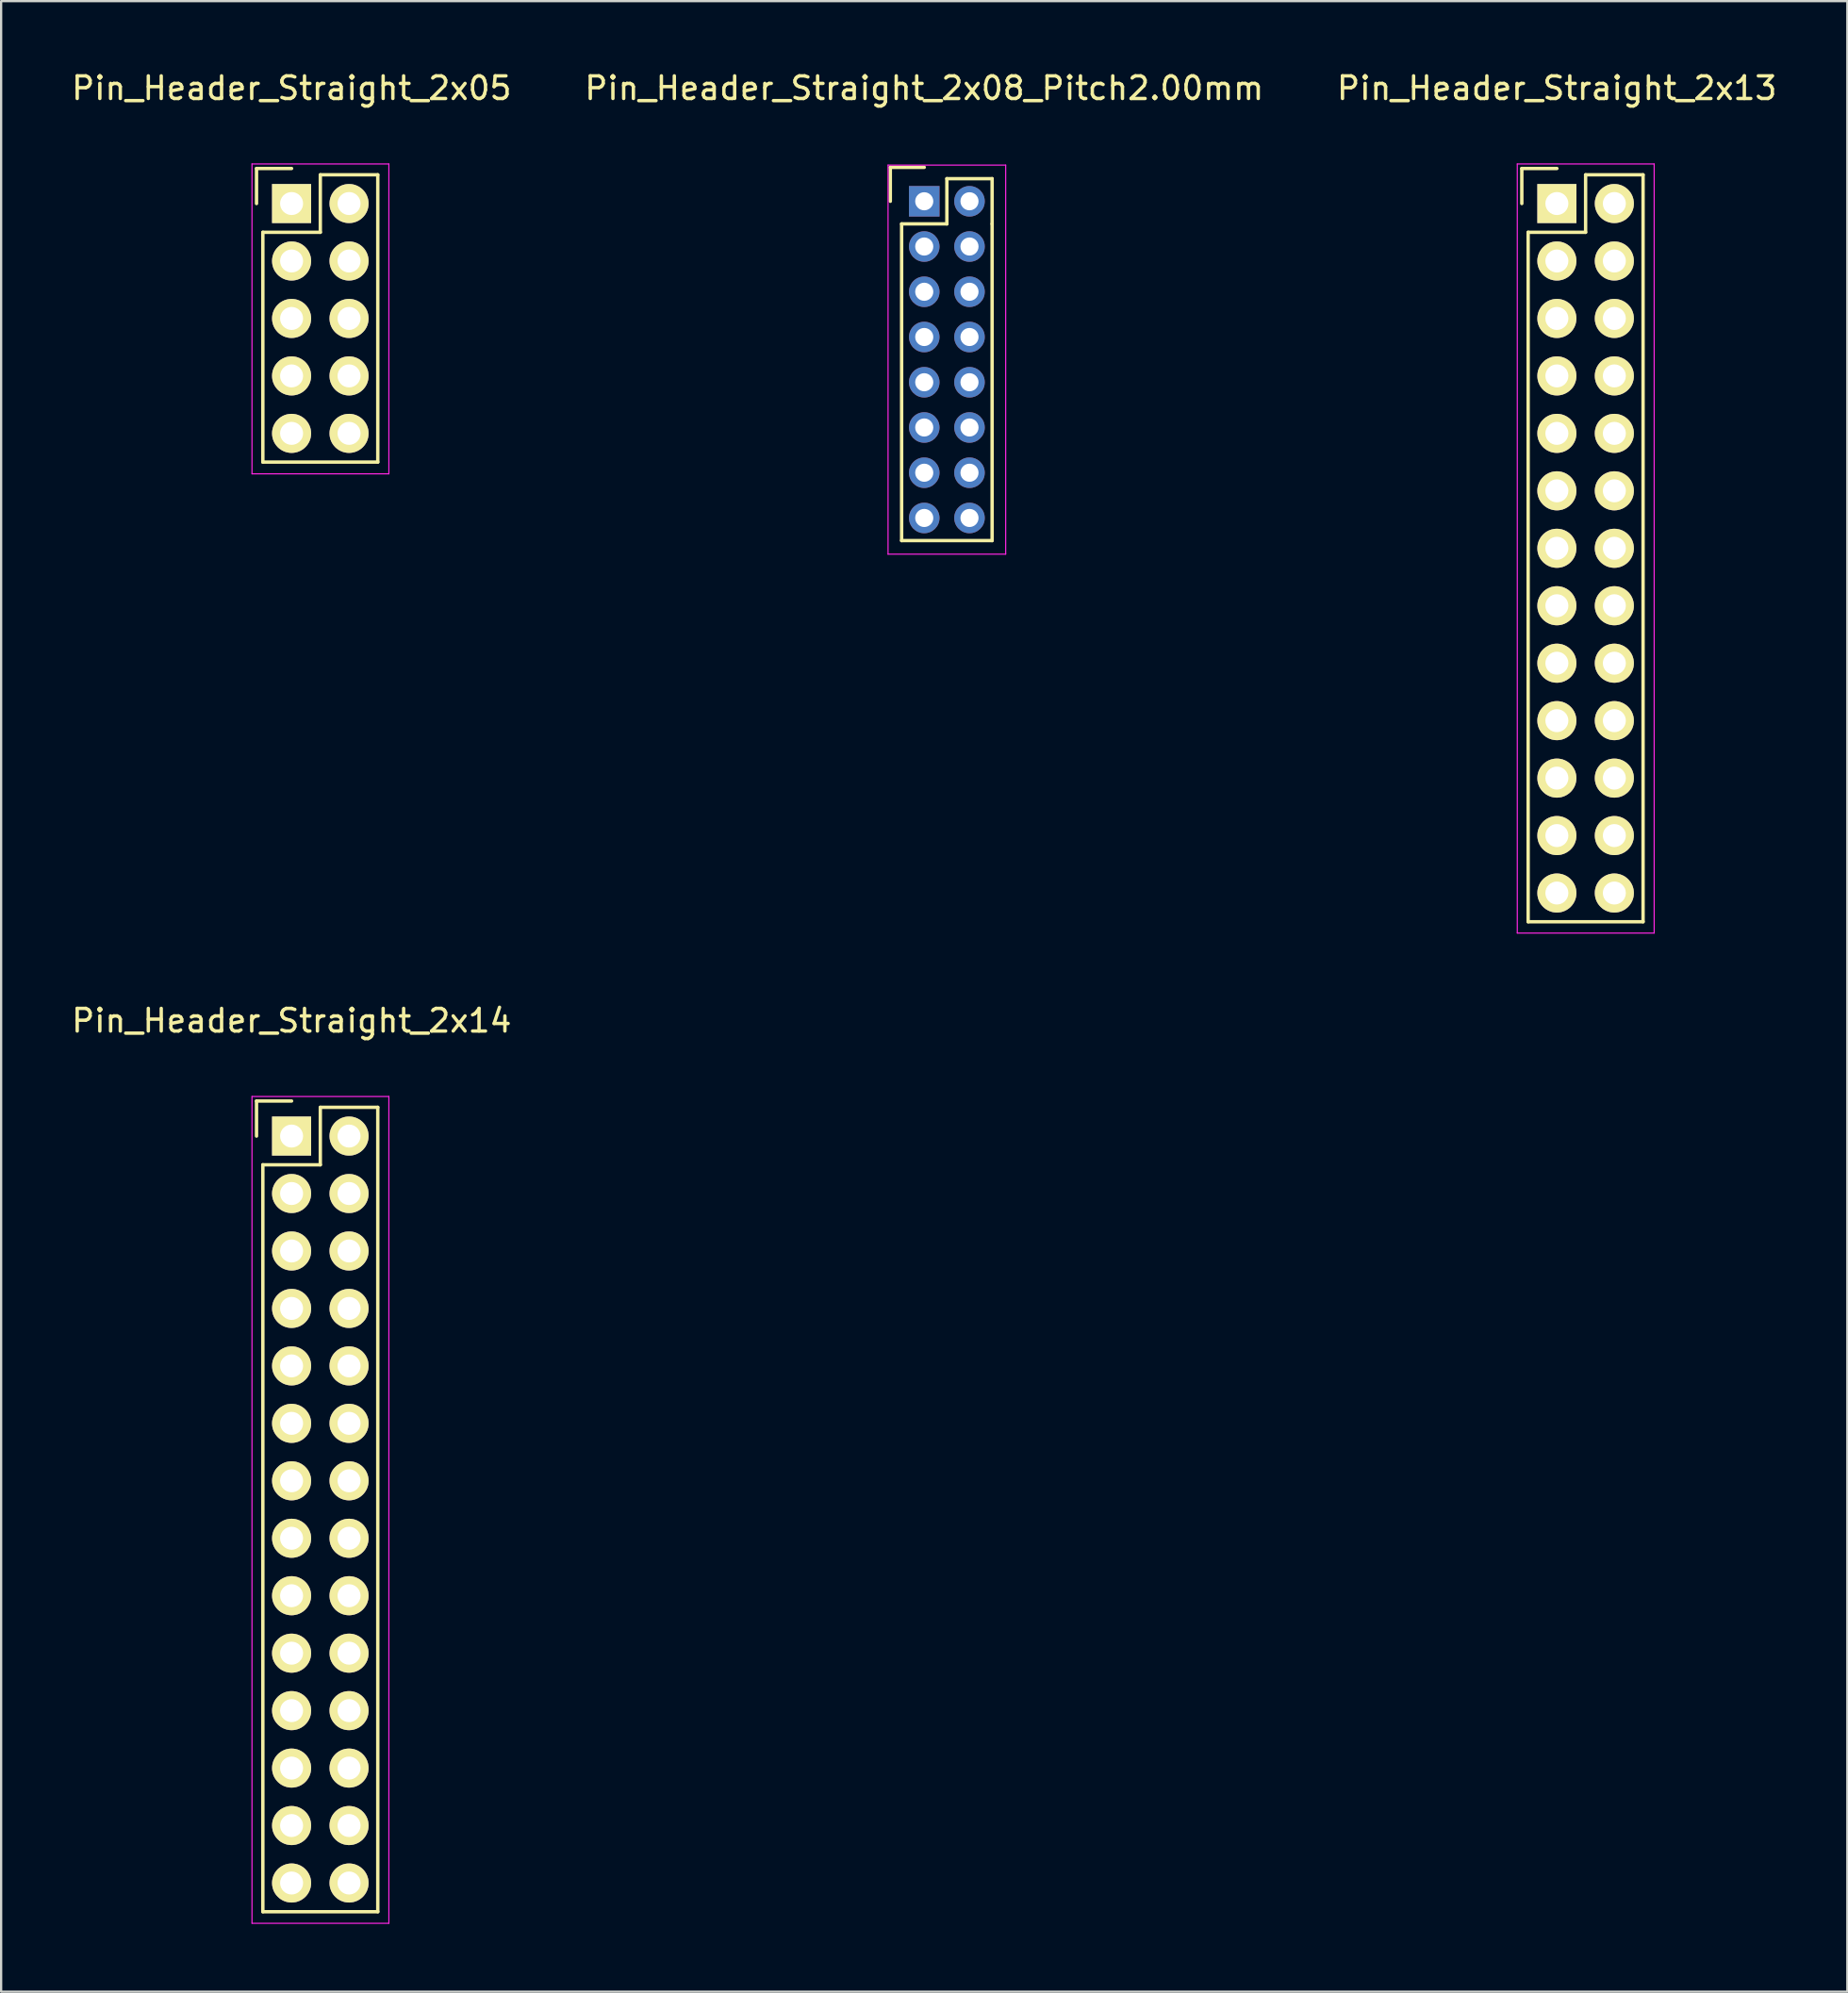
<source format=kicad_pcb>
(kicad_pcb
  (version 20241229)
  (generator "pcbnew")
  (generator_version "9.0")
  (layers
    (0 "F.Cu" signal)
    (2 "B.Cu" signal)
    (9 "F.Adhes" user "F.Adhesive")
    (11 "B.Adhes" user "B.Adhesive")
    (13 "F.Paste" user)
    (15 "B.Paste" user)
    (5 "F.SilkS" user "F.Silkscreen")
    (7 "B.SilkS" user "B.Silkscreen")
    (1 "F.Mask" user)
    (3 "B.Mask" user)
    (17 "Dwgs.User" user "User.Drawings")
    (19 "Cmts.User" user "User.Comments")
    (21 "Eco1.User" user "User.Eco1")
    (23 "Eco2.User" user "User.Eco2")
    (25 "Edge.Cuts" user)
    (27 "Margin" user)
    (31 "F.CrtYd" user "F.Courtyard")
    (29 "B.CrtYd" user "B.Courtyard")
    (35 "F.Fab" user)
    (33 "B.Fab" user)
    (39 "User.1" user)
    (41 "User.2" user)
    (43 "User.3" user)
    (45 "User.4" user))
  (footprint "Pin_Header_Straight_2x13"
    (layer "F.Cu")
    (at 65.768 5.948)
    (property "Reference" "Pin_Header_Straight_2x13" (at 0 -5.1 0) (layer "F.SilkS") (effects (font (size 1 1) (thickness 0.15))))
    (attr through_hole)
    (fp_line (start -1.55 -1.55) (end -1.55 0) (stroke (width 0.15) (type solid)) (layer "F.SilkS"))
    (fp_line (start -1.27 1.27) (end -1.27 31.75) (stroke (width 0.15) (type solid)) (layer "F.SilkS"))
    (fp_line (start 0 -1.55) (end -1.55 -1.55) (stroke (width 0.15) (type solid)) (layer "F.SilkS"))
    (fp_line (start 1.27 -1.27) (end 1.27 1.27) (stroke (width 0.15) (type solid)) (layer "F.SilkS"))
    (fp_line (start 1.27 1.27) (end -1.27 1.27) (stroke (width 0.15) (type solid)) (layer "F.SilkS"))
    (fp_line (start 3.81 -1.27) (end 1.27 -1.27) (stroke (width 0.15) (type solid)) (layer "F.SilkS"))
    (fp_line (start 3.81 -1.27) (end 3.81 31.75) (stroke (width 0.15) (type solid)) (layer "F.SilkS"))
    (fp_line (start 3.81 31.75) (end -1.27 31.75) (stroke (width 0.15) (type solid)) (layer "F.SilkS"))
    (fp_line (start -1.75 -1.75) (end -1.75 32.25) (stroke (width 0.05) (type solid)) (layer "F.CrtYd"))
    (fp_line (start -1.75 -1.75) (end 4.3 -1.75) (stroke (width 0.05) (type solid)) (layer "F.CrtYd"))
    (fp_line (start -1.75 32.25) (end 4.3 32.25) (stroke (width 0.05) (type solid)) (layer "F.CrtYd"))
    (fp_line (start 4.3 -1.75) (end 4.3 32.25) (stroke (width 0.05) (type solid)) (layer "F.CrtYd"))
    (pad "1" thru_hole rect (at 0 0) (size 1.727 1.727) (drill 1.016) (layers "*.Cu" "*.Mask" "F.SilkS"))
    (pad "2" thru_hole oval (at 2.54 0) (size 1.727 1.727) (drill 1.016) (layers "*.Cu" "*.Mask" "F.SilkS"))
    (pad "3" thru_hole oval (at 0 2.54) (size 1.727 1.727) (drill 1.016) (layers "*.Cu" "*.Mask" "F.SilkS"))
    (pad "4" thru_hole oval (at 2.54 2.54) (size 1.727 1.727) (drill 1.016) (layers "*.Cu" "*.Mask" "F.SilkS"))
    (pad "5" thru_hole oval (at 0 5.08) (size 1.727 1.727) (drill 1.016) (layers "*.Cu" "*.Mask" "F.SilkS"))
    (pad "6" thru_hole oval (at 2.54 5.08) (size 1.727 1.727) (drill 1.016) (layers "*.Cu" "*.Mask" "F.SilkS"))
    (pad "7" thru_hole oval (at 0 7.62) (size 1.727 1.727) (drill 1.016) (layers "*.Cu" "*.Mask" "F.SilkS"))
    (pad "8" thru_hole oval (at 2.54 7.62) (size 1.727 1.727) (drill 1.016) (layers "*.Cu" "*.Mask" "F.SilkS"))
    (pad "9" thru_hole oval (at 0 10.16) (size 1.727 1.727) (drill 1.016) (layers "*.Cu" "*.Mask" "F.SilkS"))
    (pad "10" thru_hole oval (at 2.54 10.16) (size 1.727 1.727) (drill 1.016) (layers "*.Cu" "*.Mask" "F.SilkS"))
    (pad "11" thru_hole oval (at 0 12.7) (size 1.727 1.727) (drill 1.016) (layers "*.Cu" "*.Mask" "F.SilkS"))
    (pad "12" thru_hole oval (at 2.54 12.7) (size 1.727 1.727) (drill 1.016) (layers "*.Cu" "*.Mask" "F.SilkS"))
    (pad "13" thru_hole oval (at 0 15.24) (size 1.727 1.727) (drill 1.016) (layers "*.Cu" "*.Mask" "F.SilkS"))
    (pad "14" thru_hole oval (at 2.54 15.24) (size 1.727 1.727) (drill 1.016) (layers "*.Cu" "*.Mask" "F.SilkS"))
    (pad "15" thru_hole oval (at 0 17.78) (size 1.727 1.727) (drill 1.016) (layers "*.Cu" "*.Mask" "F.SilkS"))
    (pad "16" thru_hole oval (at 2.54 17.78) (size 1.727 1.727) (drill 1.016) (layers "*.Cu" "*.Mask" "F.SilkS"))
    (pad "17" thru_hole oval (at 0 20.32) (size 1.727 1.727) (drill 1.016) (layers "*.Cu" "*.Mask" "F.SilkS"))
    (pad "18" thru_hole oval (at 2.54 20.32) (size 1.727 1.727) (drill 1.016) (layers "*.Cu" "*.Mask" "F.SilkS"))
    (pad "19" thru_hole oval (at 0 22.86) (size 1.727 1.727) (drill 1.016) (layers "*.Cu" "*.Mask" "F.SilkS"))
    (pad "20" thru_hole oval (at 2.54 22.86) (size 1.727 1.727) (drill 1.016) (layers "*.Cu" "*.Mask" "F.SilkS"))
    (pad "21" thru_hole oval (at 0 25.4) (size 1.727 1.727) (drill 1.016) (layers "*.Cu" "*.Mask" "F.SilkS"))
    (pad "22" thru_hole oval (at 2.54 25.4) (size 1.727 1.727) (drill 1.016) (layers "*.Cu" "*.Mask" "F.SilkS"))
    (pad "23" thru_hole oval (at 0 27.94) (size 1.727 1.727) (drill 1.016) (layers "*.Cu" "*.Mask" "F.SilkS"))
    (pad "24" thru_hole oval (at 2.54 27.94) (size 1.727 1.727) (drill 1.016) (layers "*.Cu" "*.Mask" "F.SilkS"))
    (pad "25" thru_hole oval (at 0 30.48) (size 1.727 1.727) (drill 1.016) (layers "*.Cu" "*.Mask" "F.SilkS"))
    (pad "26" thru_hole oval (at 2.54 30.48) (size 1.727 1.727) (drill 1.016) (layers "*.Cu" "*.Mask" "F.SilkS")))
  (footprint "Pin_Header_Straight_2x08_Pitch2.00mm"
    (layer "F.Cu")
    (at 37.804 5.848)
    (property "Reference" "Pin_Header_Straight_2x08_Pitch2.00mm" (at 0 -5 0) (layer "F.SilkS") (effects (font (size 1 1) (thickness 0.15))))
    (attr through_hole)
    (fp_line (start -1.5 -1.5) (end 0 -1.5) (stroke (width 0.15) (type solid)) (layer "F.SilkS"))
    (fp_line (start -1.5 0) (end -1.5 -1.5) (stroke (width 0.15) (type solid)) (layer "F.SilkS"))
    (fp_line (start -1 1) (end 1 1) (stroke (width 0.15) (type solid)) (layer "F.SilkS"))
    (fp_line (start -1 15) (end -1 1) (stroke (width 0.15) (type solid)) (layer "F.SilkS"))
    (fp_line (start 1 -1) (end 3 -1) (stroke (width 0.15) (type solid)) (layer "F.SilkS"))
    (fp_line (start 1 1) (end 1 -1) (stroke (width 0.15) (type solid)) (layer "F.SilkS"))
    (fp_line (start 3 -1) (end 3 1) (stroke (width 0.15) (type solid)) (layer "F.SilkS"))
    (fp_line (start 3 1) (end 3 15) (stroke (width 0.15) (type solid)) (layer "F.SilkS"))
    (fp_line (start 3 15) (end -1 15) (stroke (width 0.15) (type solid)) (layer "F.SilkS"))
    (fp_line (start -1.6 -1.6) (end 3.6 -1.6) (stroke (width 0.05) (type solid)) (layer "F.CrtYd"))
    (fp_line (start -1.6 15.6) (end -1.6 -1.6) (stroke (width 0.05) (type solid)) (layer "F.CrtYd"))
    (fp_line (start 3.6 -1.6) (end 3.6 15.6) (stroke (width 0.05) (type solid)) (layer "F.CrtYd"))
    (fp_line (start 3.6 15.6) (end -1.6 15.6) (stroke (width 0.05) (type solid)) (layer "F.CrtYd"))
    (pad "1" thru_hole rect (at 0 0) (size 1.35 1.35) (drill 0.8) (layers "*.Cu" "*.Mask"))
    (pad "2" thru_hole circle (at 2 0) (size 1.35 1.35) (drill 0.8) (layers "*.Cu" "*.Mask"))
    (pad "3" thru_hole circle (at 0 2) (size 1.35 1.35) (drill 0.8) (layers "*.Cu" "*.Mask"))
    (pad "4" thru_hole circle (at 2 2) (size 1.35 1.35) (drill 0.8) (layers "*.Cu" "*.Mask"))
    (pad "5" thru_hole circle (at 0 4) (size 1.35 1.35) (drill 0.8) (layers "*.Cu" "*.Mask"))
    (pad "6" thru_hole circle (at 2 4) (size 1.35 1.35) (drill 0.8) (layers "*.Cu" "*.Mask"))
    (pad "7" thru_hole circle (at 0 6) (size 1.35 1.35) (drill 0.8) (layers "*.Cu" "*.Mask"))
    (pad "8" thru_hole circle (at 2 6) (size 1.35 1.35) (drill 0.8) (layers "*.Cu" "*.Mask"))
    (pad "9" thru_hole circle (at 0 8) (size 1.35 1.35) (drill 0.8) (layers "*.Cu" "*.Mask"))
    (pad "10" thru_hole circle (at 2 8) (size 1.35 1.35) (drill 0.8) (layers "*.Cu" "*.Mask"))
    (pad "11" thru_hole circle (at 0 10) (size 1.35 1.35) (drill 0.8) (layers "*.Cu" "*.Mask"))
    (pad "12" thru_hole circle (at 2 10) (size 1.35 1.35) (drill 0.8) (layers "*.Cu" "*.Mask"))
    (pad "13" thru_hole circle (at 0 12) (size 1.35 1.35) (drill 0.8) (layers "*.Cu" "*.Mask"))
    (pad "14" thru_hole circle (at 2 12) (size 1.35 1.35) (drill 0.8) (layers "*.Cu" "*.Mask"))
    (pad "15" thru_hole circle (at 0 14) (size 1.35 1.35) (drill 0.8) (layers "*.Cu" "*.Mask"))
    (pad "16" thru_hole circle (at 2 14) (size 1.35 1.35) (drill 0.8) (layers "*.Cu" "*.Mask")))
  (footprint "Pin_Header_Straight_2x05"
    (layer "F.Cu")
    (at 9.839 5.948)
    (property "Reference" "Pin_Header_Straight_2x05" (at 0 -5.1 0) (layer "F.SilkS") (effects (font (size 1 1) (thickness 0.15))))
    (attr through_hole)
    (fp_line (start -1.55 -1.55) (end -1.55 0) (stroke (width 0.15) (type solid)) (layer "F.SilkS"))
    (fp_line (start -1.27 11.43) (end -1.27 1.27) (stroke (width 0.15) (type solid)) (layer "F.SilkS"))
    (fp_line (start 0 -1.55) (end -1.55 -1.55) (stroke (width 0.15) (type solid)) (layer "F.SilkS"))
    (fp_line (start 1.27 -1.27) (end 1.27 1.27) (stroke (width 0.15) (type solid)) (layer "F.SilkS"))
    (fp_line (start 1.27 1.27) (end -1.27 1.27) (stroke (width 0.15) (type solid)) (layer "F.SilkS"))
    (fp_line (start 3.81 -1.27) (end 1.27 -1.27) (stroke (width 0.15) (type solid)) (layer "F.SilkS"))
    (fp_line (start 3.81 -1.27) (end 3.81 11.43) (stroke (width 0.15) (type solid)) (layer "F.SilkS"))
    (fp_line (start 3.81 11.43) (end -1.27 11.43) (stroke (width 0.15) (type solid)) (layer "F.SilkS"))
    (fp_line (start -1.75 -1.75) (end -1.75 11.95) (stroke (width 0.05) (type solid)) (layer "F.CrtYd"))
    (fp_line (start -1.75 -1.75) (end 4.3 -1.75) (stroke (width 0.05) (type solid)) (layer "F.CrtYd"))
    (fp_line (start -1.75 11.95) (end 4.3 11.95) (stroke (width 0.05) (type solid)) (layer "F.CrtYd"))
    (fp_line (start 4.3 -1.75) (end 4.3 11.95) (stroke (width 0.05) (type solid)) (layer "F.CrtYd"))
    (pad "1" thru_hole rect (at 0 0) (size 1.727 1.727) (drill 1.016) (layers "*.Cu" "*.Mask" "F.SilkS"))
    (pad "2" thru_hole oval (at 2.54 0) (size 1.727 1.727) (drill 1.016) (layers "*.Cu" "*.Mask" "F.SilkS"))
    (pad "3" thru_hole oval (at 0 2.54) (size 1.727 1.727) (drill 1.016) (layers "*.Cu" "*.Mask" "F.SilkS"))
    (pad "4" thru_hole oval (at 2.54 2.54) (size 1.727 1.727) (drill 1.016) (layers "*.Cu" "*.Mask" "F.SilkS"))
    (pad "5" thru_hole oval (at 0 5.08) (size 1.727 1.727) (drill 1.016) (layers "*.Cu" "*.Mask" "F.SilkS"))
    (pad "6" thru_hole oval (at 2.54 5.08) (size 1.727 1.727) (drill 1.016) (layers "*.Cu" "*.Mask" "F.SilkS"))
    (pad "7" thru_hole oval (at 0 7.62) (size 1.727 1.727) (drill 1.016) (layers "*.Cu" "*.Mask" "F.SilkS"))
    (pad "8" thru_hole oval (at 2.54 7.62) (size 1.727 1.727) (drill 1.016) (layers "*.Cu" "*.Mask" "F.SilkS"))
    (pad "9" thru_hole oval (at 0 10.16) (size 1.727 1.727) (drill 1.016) (layers "*.Cu" "*.Mask" "F.SilkS"))
    (pad "10" thru_hole oval (at 2.54 10.16) (size 1.727 1.727) (drill 1.016) (layers "*.Cu" "*.Mask" "F.SilkS")))
  (footprint "Pin_Header_Straight_2x14"
    (layer "F.Cu")
    (at 9.839 47.172)
    (property "Reference" "Pin_Header_Straight_2x14" (at 0 -5.1 0) (layer "F.SilkS") (effects (font (size 1 1) (thickness 0.15))))
    (attr through_hole)
    (fp_line (start -1.55 -1.55) (end -1.55 0) (stroke (width 0.15) (type solid)) (layer "F.SilkS"))
    (fp_line (start -1.27 1.27) (end -1.27 34.29) (stroke (width 0.15) (type solid)) (layer "F.SilkS"))
    (fp_line (start 0 -1.55) (end -1.55 -1.55) (stroke (width 0.15) (type solid)) (layer "F.SilkS"))
    (fp_line (start 1.27 -1.27) (end 1.27 1.27) (stroke (width 0.15) (type solid)) (layer "F.SilkS"))
    (fp_line (start 1.27 1.27) (end -1.27 1.27) (stroke (width 0.15) (type solid)) (layer "F.SilkS"))
    (fp_line (start 3.81 -1.27) (end 1.27 -1.27) (stroke (width 0.15) (type solid)) (layer "F.SilkS"))
    (fp_line (start 3.81 34.29) (end -1.27 34.29) (stroke (width 0.15) (type solid)) (layer "F.SilkS"))
    (fp_line (start 3.81 34.29) (end 3.81 -1.27) (stroke (width 0.15) (type solid)) (layer "F.SilkS"))
    (fp_line (start -1.75 -1.75) (end -1.75 34.8) (stroke (width 0.05) (type solid)) (layer "F.CrtYd"))
    (fp_line (start -1.75 -1.75) (end 4.3 -1.75) (stroke (width 0.05) (type solid)) (layer "F.CrtYd"))
    (fp_line (start -1.75 34.8) (end 4.3 34.8) (stroke (width 0.05) (type solid)) (layer "F.CrtYd"))
    (fp_line (start 4.3 -1.75) (end 4.3 34.8) (stroke (width 0.05) (type solid)) (layer "F.CrtYd"))
    (pad "1" thru_hole rect (at 0 0) (size 1.727 1.727) (drill 1.016) (layers "*.Cu" "*.Mask" "F.SilkS"))
    (pad "2" thru_hole oval (at 2.54 0) (size 1.727 1.727) (drill 1.016) (layers "*.Cu" "*.Mask" "F.SilkS"))
    (pad "3" thru_hole oval (at 0 2.54) (size 1.727 1.727) (drill 1.016) (layers "*.Cu" "*.Mask" "F.SilkS"))
    (pad "4" thru_hole oval (at 2.54 2.54) (size 1.727 1.727) (drill 1.016) (layers "*.Cu" "*.Mask" "F.SilkS"))
    (pad "5" thru_hole oval (at 0 5.08) (size 1.727 1.727) (drill 1.016) (layers "*.Cu" "*.Mask" "F.SilkS"))
    (pad "6" thru_hole oval (at 2.54 5.08) (size 1.727 1.727) (drill 1.016) (layers "*.Cu" "*.Mask" "F.SilkS"))
    (pad "7" thru_hole oval (at 0 7.62) (size 1.727 1.727) (drill 1.016) (layers "*.Cu" "*.Mask" "F.SilkS"))
    (pad "8" thru_hole oval (at 2.54 7.62) (size 1.727 1.727) (drill 1.016) (layers "*.Cu" "*.Mask" "F.SilkS"))
    (pad "9" thru_hole oval (at 0 10.16) (size 1.727 1.727) (drill 1.016) (layers "*.Cu" "*.Mask" "F.SilkS"))
    (pad "10" thru_hole oval (at 2.54 10.16) (size 1.727 1.727) (drill 1.016) (layers "*.Cu" "*.Mask" "F.SilkS"))
    (pad "11" thru_hole oval (at 0 12.7) (size 1.727 1.727) (drill 1.016) (layers "*.Cu" "*.Mask" "F.SilkS"))
    (pad "12" thru_hole oval (at 2.54 12.7) (size 1.727 1.727) (drill 1.016) (layers "*.Cu" "*.Mask" "F.SilkS"))
    (pad "13" thru_hole oval (at 0 15.24) (size 1.727 1.727) (drill 1.016) (layers "*.Cu" "*.Mask" "F.SilkS"))
    (pad "14" thru_hole oval (at 2.54 15.24) (size 1.727 1.727) (drill 1.016) (layers "*.Cu" "*.Mask" "F.SilkS"))
    (pad "15" thru_hole oval (at 0 17.78) (size 1.727 1.727) (drill 1.016) (layers "*.Cu" "*.Mask" "F.SilkS"))
    (pad "16" thru_hole oval (at 2.54 17.78) (size 1.727 1.727) (drill 1.016) (layers "*.Cu" "*.Mask" "F.SilkS"))
    (pad "17" thru_hole oval (at 0 20.32) (size 1.727 1.727) (drill 1.016) (layers "*.Cu" "*.Mask" "F.SilkS"))
    (pad "18" thru_hole oval (at 2.54 20.32) (size 1.727 1.727) (drill 1.016) (layers "*.Cu" "*.Mask" "F.SilkS"))
    (pad "19" thru_hole oval (at 0 22.86) (size 1.727 1.727) (drill 1.016) (layers "*.Cu" "*.Mask" "F.SilkS"))
    (pad "20" thru_hole oval (at 2.54 22.86) (size 1.727 1.727) (drill 1.016) (layers "*.Cu" "*.Mask" "F.SilkS"))
    (pad "21" thru_hole oval (at 0 25.4) (size 1.727 1.727) (drill 1.016) (layers "*.Cu" "*.Mask" "F.SilkS"))
    (pad "22" thru_hole oval (at 2.54 25.4) (size 1.727 1.727) (drill 1.016) (layers "*.Cu" "*.Mask" "F.SilkS"))
    (pad "23" thru_hole oval (at 0 27.94) (size 1.727 1.727) (drill 1.016) (layers "*.Cu" "*.Mask" "F.SilkS"))
    (pad "24" thru_hole oval (at 2.54 27.94) (size 1.727 1.727) (drill 1.016) (layers "*.Cu" "*.Mask" "F.SilkS"))
    (pad "25" thru_hole oval (at 0 30.48) (size 1.727 1.727) (drill 1.016) (layers "*.Cu" "*.Mask" "F.SilkS"))
    (pad "26" thru_hole oval (at 2.54 30.48) (size 1.727 1.727) (drill 1.016) (layers "*.Cu" "*.Mask" "F.SilkS"))
    (pad "27" thru_hole oval (at 0 33.02) (size 1.727 1.727) (drill 1.016) (layers "*.Cu" "*.Mask" "F.SilkS"))
    (pad "28" thru_hole oval (at 2.54 33.02) (size 1.727 1.727) (drill 1.016) (layers "*.Cu" "*.Mask" "F.SilkS")))
  (gr_rect
    (start -3 -3)
    (end 78.607 84.996)
    (stroke (width 0.1) (type default))
    (fill no)
    (layer "Edge.Cuts")))
</source>
